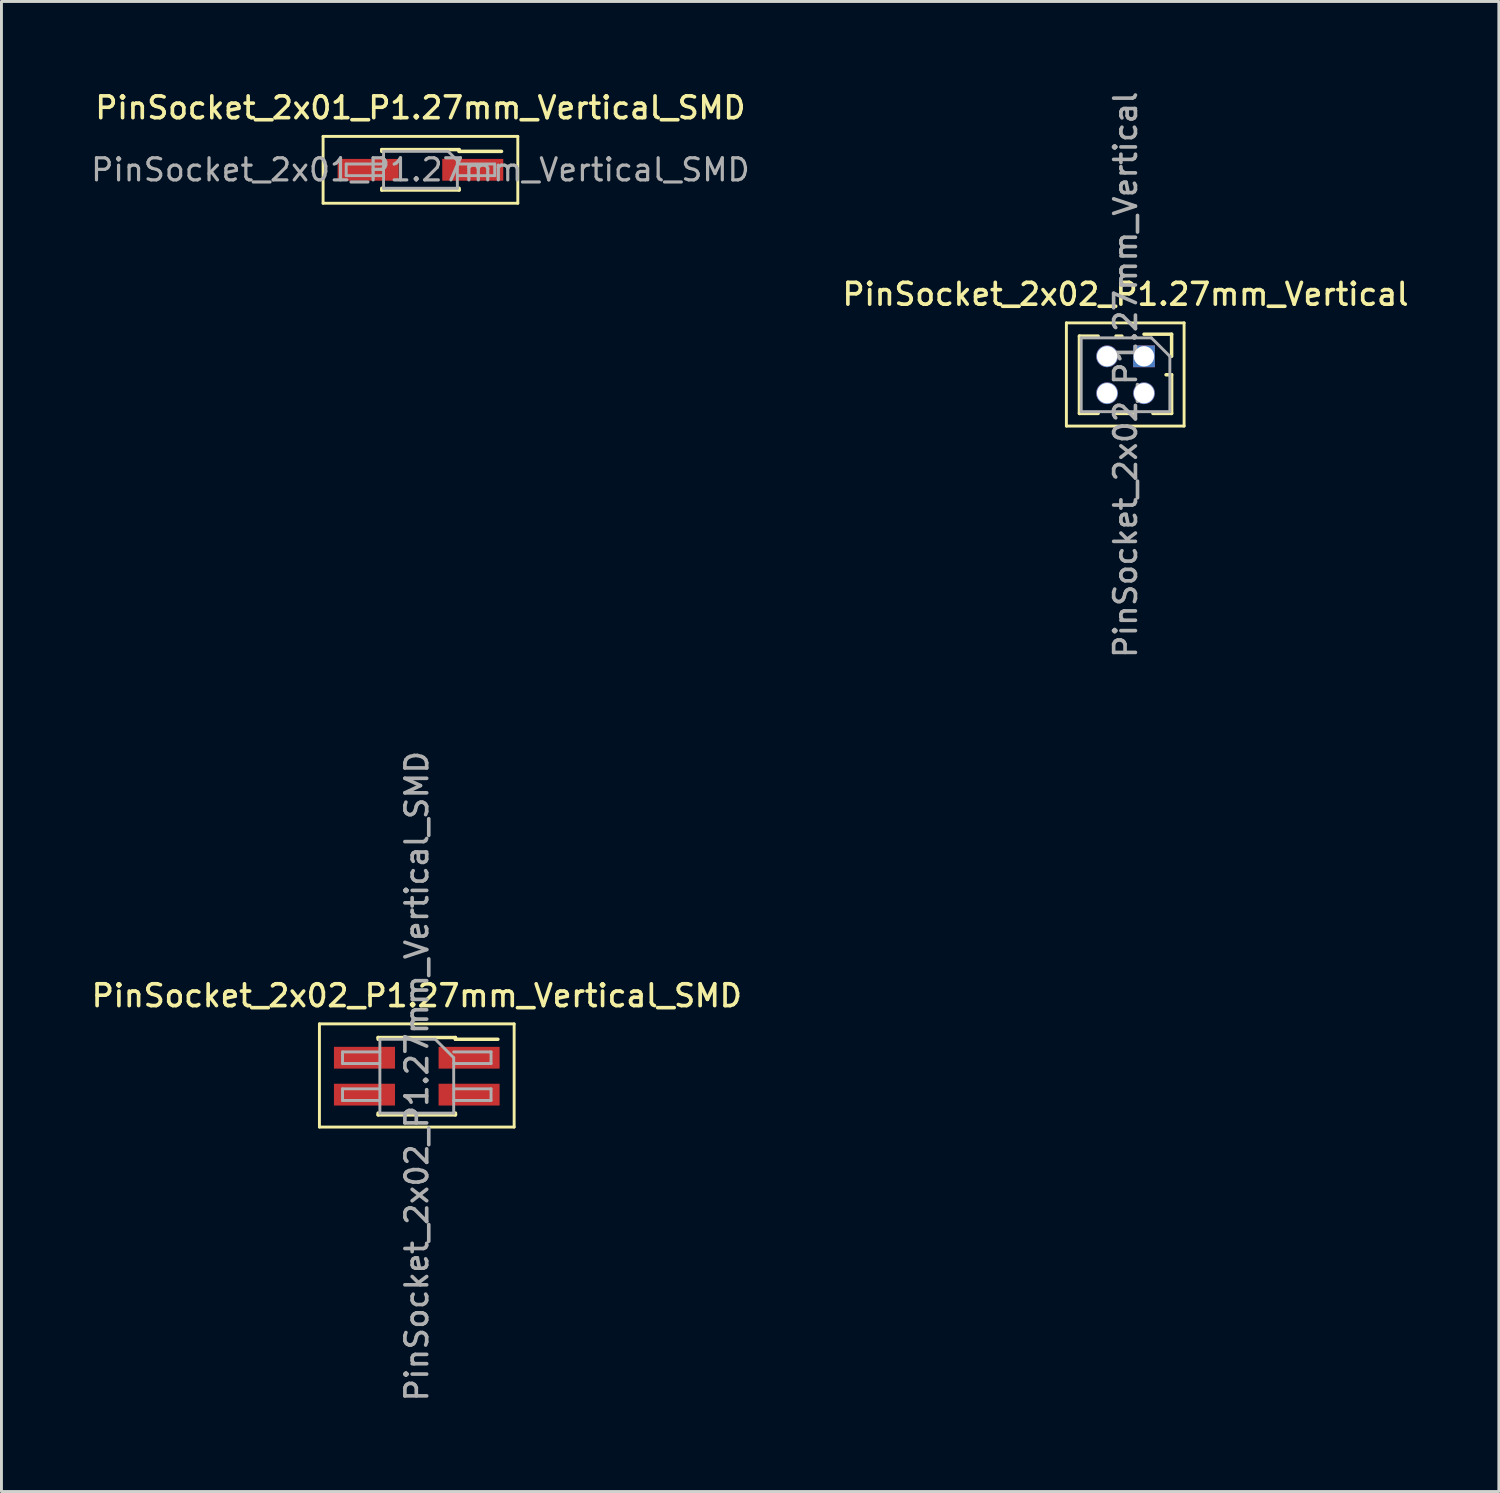
<source format=kicad_pcb>
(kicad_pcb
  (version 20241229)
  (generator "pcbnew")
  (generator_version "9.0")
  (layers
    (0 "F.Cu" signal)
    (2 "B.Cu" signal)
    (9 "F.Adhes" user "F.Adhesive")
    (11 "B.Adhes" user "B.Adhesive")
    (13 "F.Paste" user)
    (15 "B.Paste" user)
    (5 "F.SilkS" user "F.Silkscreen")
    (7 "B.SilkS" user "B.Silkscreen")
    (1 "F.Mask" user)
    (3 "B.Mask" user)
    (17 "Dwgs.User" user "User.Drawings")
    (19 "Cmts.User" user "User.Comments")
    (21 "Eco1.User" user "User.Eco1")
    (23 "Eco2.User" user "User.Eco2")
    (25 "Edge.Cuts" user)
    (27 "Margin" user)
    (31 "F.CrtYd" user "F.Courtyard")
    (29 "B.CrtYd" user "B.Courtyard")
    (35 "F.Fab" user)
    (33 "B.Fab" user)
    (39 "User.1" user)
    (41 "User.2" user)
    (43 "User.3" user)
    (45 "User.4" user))
  (footprint "PinSocket_2x02_P1.27mm_Vertical_SMD"
    (layer "F.Cu")
    (at 11.291 33.98)
    (property "Reference" "PinSocket_2x02_P1.27mm_Vertical_SMD" (at 0 -2.77 0) (layer "F.SilkS") (effects (font (size 0.75 0.75) (thickness 0.125))))
    (attr smd)
    (fp_line (start -3.35 -1.8) (end 3.35 -1.8) (stroke (width 0.1) (type solid)) (layer "F.SilkS"))
    (fp_line (start -3.35 1.75) (end -3.35 -1.8) (stroke (width 0.1) (type solid)) (layer "F.SilkS"))
    (fp_line (start -1.33 -1.33) (end -1.33 -1.27) (stroke (width 0.12) (type solid)) (layer "F.SilkS"))
    (fp_line (start -1.33 -1.33) (end 1.33 -1.33) (stroke (width 0.12) (type solid)) (layer "F.SilkS"))
    (fp_line (start -1.33 1.27) (end -1.33 1.33) (stroke (width 0.12) (type solid)) (layer "F.SilkS"))
    (fp_line (start -1.33 1.33) (end 1.33 1.33) (stroke (width 0.12) (type solid)) (layer "F.SilkS"))
    (fp_line (start 1.33 -1.33) (end 1.33 -1.27) (stroke (width 0.12) (type solid)) (layer "F.SilkS"))
    (fp_line (start 1.33 -1.27) (end 2.79 -1.27) (stroke (width 0.12) (type solid)) (layer "F.SilkS"))
    (fp_line (start 1.33 1.27) (end 1.33 1.33) (stroke (width 0.12) (type solid)) (layer "F.SilkS"))
    (fp_line (start 3.35 -1.8) (end 3.35 1.75) (stroke (width 0.1) (type solid)) (layer "F.SilkS"))
    (fp_line (start 3.35 1.75) (end -3.35 1.75) (stroke (width 0.1) (type solid)) (layer "F.SilkS"))
    (fp_line (start -2.555 -0.835) (end -1.27 -0.835) (stroke (width 0.1) (type solid)) (layer "F.Fab"))
    (fp_line (start -2.555 -0.435) (end -2.555 -0.835) (stroke (width 0.1) (type solid)) (layer "F.Fab"))
    (fp_line (start -2.555 0.435) (end -1.27 0.435) (stroke (width 0.1) (type solid)) (layer "F.Fab"))
    (fp_line (start -2.555 0.835) (end -2.555 0.435) (stroke (width 0.1) (type solid)) (layer "F.Fab"))
    (fp_line (start -1.27 -1.27) (end 0.635 -1.27) (stroke (width 0.1) (type solid)) (layer "F.Fab"))
    (fp_line (start -1.27 -0.435) (end -2.555 -0.435) (stroke (width 0.1) (type solid)) (layer "F.Fab"))
    (fp_line (start -1.27 0.835) (end -2.555 0.835) (stroke (width 0.1) (type solid)) (layer "F.Fab"))
    (fp_line (start -1.27 1.27) (end -1.27 -1.27) (stroke (width 0.1) (type solid)) (layer "F.Fab"))
    (fp_line (start 0.635 -1.27) (end 1.27 -0.635) (stroke (width 0.1) (type solid)) (layer "F.Fab"))
    (fp_line (start 1.27 -0.835) (end 2.555 -0.835) (stroke (width 0.1) (type solid)) (layer "F.Fab"))
    (fp_line (start 1.27 -0.635) (end 1.27 1.27) (stroke (width 0.1) (type solid)) (layer "F.Fab"))
    (fp_line (start 1.27 0.435) (end 2.555 0.435) (stroke (width 0.1) (type solid)) (layer "F.Fab"))
    (fp_line (start 1.27 1.27) (end -1.27 1.27) (stroke (width 0.1) (type solid)) (layer "F.Fab"))
    (fp_line (start 2.555 -0.835) (end 2.555 -0.435) (stroke (width 0.1) (type solid)) (layer "F.Fab"))
    (fp_line (start 2.555 -0.435) (end 1.27 -0.435) (stroke (width 0.1) (type solid)) (layer "F.Fab"))
    (fp_line (start 2.555 0.435) (end 2.555 0.835) (stroke (width 0.1) (type solid)) (layer "F.Fab"))
    (fp_line (start 2.555 0.835) (end 1.27 0.835) (stroke (width 0.1) (type solid)) (layer "F.Fab"))
    (fp_text user "${REFERENCE}" (at 0 0 90) (layer "F.Fab") (effects (font (size 0.75 0.75) (thickness 0.125))))
    (pad "1" smd rect (at 1.8 -0.635) (size 2.1 0.75) (layers "F.Cu" "F.Mask" "F.Paste"))
    (pad "2" smd rect (at -1.8 -0.635) (size 2.1 0.75) (layers "F.Cu" "F.Mask" "F.Paste"))
    (pad "3" smd rect (at 1.8 0.635) (size 2.1 0.75) (layers "F.Cu" "F.Mask" "F.Paste"))
    (pad "4" smd rect (at -1.8 0.635) (size 2.1 0.75) (layers "F.Cu" "F.Mask" "F.Paste")))
  (footprint "PinSocket_2x01_P1.27mm_Vertical_SMD"
    (layer "F.Cu")
    (at 11.417 2.793)
    (property "Reference" "PinSocket_2x01_P1.27mm_Vertical_SMD" (at 0 -2.135 0) (layer "F.SilkS") (effects (font (size 0.75 0.75) (thickness 0.125))))
    (attr smd)
    (fp_line (start -3.35 -1.15) (end 3.35 -1.15) (stroke (width 0.1) (type solid)) (layer "F.SilkS"))
    (fp_line (start -3.35 1.15) (end -3.35 -1.15) (stroke (width 0.1) (type solid)) (layer "F.SilkS"))
    (fp_line (start -1.33 -0.695) (end -1.33 -0.635) (stroke (width 0.12) (type solid)) (layer "F.SilkS"))
    (fp_line (start -1.33 -0.695) (end 1.33 -0.695) (stroke (width 0.12) (type solid)) (layer "F.SilkS"))
    (fp_line (start -1.33 0.635) (end -1.33 0.695) (stroke (width 0.12) (type solid)) (layer "F.SilkS"))
    (fp_line (start -1.33 0.695) (end 1.33 0.695) (stroke (width 0.12) (type solid)) (layer "F.SilkS"))
    (fp_line (start 1.33 -0.695) (end 1.33 -0.635) (stroke (width 0.12) (type solid)) (layer "F.SilkS"))
    (fp_line (start 1.33 -0.635) (end 2.79 -0.635) (stroke (width 0.12) (type solid)) (layer "F.SilkS"))
    (fp_line (start 1.33 0.635) (end 1.33 0.695) (stroke (width 0.12) (type solid)) (layer "F.SilkS"))
    (fp_line (start 3.35 -1.15) (end 3.35 1.15) (stroke (width 0.1) (type solid)) (layer "F.SilkS"))
    (fp_line (start 3.35 1.15) (end -3.35 1.15) (stroke (width 0.1) (type solid)) (layer "F.SilkS"))
    (fp_line (start -2.555 -0.2) (end -1.27 -0.2) (stroke (width 0.1) (type solid)) (layer "F.Fab"))
    (fp_line (start -2.555 0.2) (end -2.555 -0.2) (stroke (width 0.1) (type solid)) (layer "F.Fab"))
    (fp_line (start -1.27 -0.635) (end 0.953 -0.635) (stroke (width 0.1) (type solid)) (layer "F.Fab"))
    (fp_line (start -1.27 0.2) (end -2.555 0.2) (stroke (width 0.1) (type solid)) (layer "F.Fab"))
    (fp_line (start -1.27 0.635) (end -1.27 -0.635) (stroke (width 0.1) (type solid)) (layer "F.Fab"))
    (fp_line (start 0.953 -0.635) (end 1.27 -0.318) (stroke (width 0.1) (type solid)) (layer "F.Fab"))
    (fp_line (start 1.27 -0.318) (end 1.27 0.635) (stroke (width 0.1) (type solid)) (layer "F.Fab"))
    (fp_line (start 1.27 -0.2) (end 2.555 -0.2) (stroke (width 0.1) (type solid)) (layer "F.Fab"))
    (fp_line (start 1.27 0.635) (end -1.27 0.635) (stroke (width 0.1) (type solid)) (layer "F.Fab"))
    (fp_line (start 2.555 -0.2) (end 2.555 0.2) (stroke (width 0.1) (type solid)) (layer "F.Fab"))
    (fp_line (start 2.555 0.2) (end 1.27 0.2) (stroke (width 0.1) (type solid)) (layer "F.Fab"))
    (fp_text user "${REFERENCE}" (at 0 0 0) (layer "F.Fab") (effects (font (size 0.76 0.76) (thickness 0.11))))
    (pad "1" smd rect (at 1.8 0) (size 2.1 0.75) (layers "F.Cu" "F.Mask" "F.Paste"))
    (pad "2" smd rect (at -1.8 0) (size 2.1 0.75) (layers "F.Cu" "F.Mask" "F.Paste")))
  (footprint "PinSocket_2x02_P1.27mm_Vertical"
    (layer "F.Cu")
    (at 36.313 9.21)
    (property "Reference" "PinSocket_2x02_P1.27mm_Vertical" (at -0.635 -2.135 0) (layer "F.SilkS") (effects (font (size 0.75 0.75) (thickness 0.125))))
    (attr through_hole)
    (fp_line (start -2.67 -1.15) (end 1.38 -1.15) (stroke (width 0.1) (type solid)) (layer "F.SilkS"))
    (fp_line (start -2.67 2.4) (end -2.67 -1.15) (stroke (width 0.1) (type solid)) (layer "F.SilkS"))
    (fp_line (start -2.22 -0.695) (end -2.22 1.965) (stroke (width 0.12) (type solid)) (layer "F.SilkS"))
    (fp_line (start -2.22 -0.695) (end -1.578 -0.695) (stroke (width 0.12) (type solid)) (layer "F.SilkS"))
    (fp_line (start -2.22 1.965) (end -1.578 1.965) (stroke (width 0.12) (type solid)) (layer "F.SilkS"))
    (fp_line (start -0.962 -0.695) (end -0.76 -0.695) (stroke (width 0.12) (type solid)) (layer "F.SilkS"))
    (fp_line (start -0.962 1.965) (end -0.308 1.965) (stroke (width 0.12) (type solid)) (layer "F.SilkS"))
    (fp_line (start 0 -0.76) (end 0.95 -0.76) (stroke (width 0.12) (type solid)) (layer "F.SilkS"))
    (fp_line (start 0.308 1.965) (end 0.95 1.965) (stroke (width 0.12) (type solid)) (layer "F.SilkS"))
    (fp_line (start 0.76 0.635) (end 0.95 0.635) (stroke (width 0.12) (type solid)) (layer "F.SilkS"))
    (fp_line (start 0.95 -0.76) (end 0.95 0) (stroke (width 0.12) (type solid)) (layer "F.SilkS"))
    (fp_line (start 0.95 0.635) (end 0.95 1.965) (stroke (width 0.12) (type solid)) (layer "F.SilkS"))
    (fp_line (start 1.38 -1.15) (end 1.38 2.4) (stroke (width 0.1) (type solid)) (layer "F.SilkS"))
    (fp_line (start 1.38 2.4) (end -2.67 2.4) (stroke (width 0.1) (type solid)) (layer "F.SilkS"))
    (fp_line (start -2.16 -0.635) (end 0.255 -0.635) (stroke (width 0.1) (type solid)) (layer "F.Fab"))
    (fp_line (start -2.16 1.905) (end -2.16 -0.635) (stroke (width 0.1) (type solid)) (layer "F.Fab"))
    (fp_line (start 0.255 -0.635) (end 0.89 0) (stroke (width 0.1) (type solid)) (layer "F.Fab"))
    (fp_line (start 0.89 0) (end 0.89 1.905) (stroke (width 0.1) (type solid)) (layer "F.Fab"))
    (fp_line (start 0.89 1.905) (end -2.16 1.905) (stroke (width 0.1) (type solid)) (layer "F.Fab"))
    (fp_text user "${REFERENCE}" (at -0.635 0.635 90) (layer "F.Fab") (effects (font (size 0.75 0.75) (thickness 0.125))))
    (pad "1" thru_hole rect (at 0 0) (size 0.75 0.75) (drill 0.7) (layers "*.Cu" "*.Mask"))
    (pad "2" thru_hole oval (at -1.27 0) (size 0.75 0.75) (drill 0.7) (layers "*.Cu" "*.Mask"))
    (pad "3" thru_hole oval (at 0 1.27) (size 0.75 0.75) (drill 0.7) (layers "*.Cu" "*.Mask"))
    (pad "4" thru_hole oval (at -1.27 1.27) (size 0.75 0.75) (drill 0.7) (layers "*.Cu" "*.Mask")))
  (gr_rect
    (start -3 -3)
    (end 48.523 48.271)
    (stroke (width 0.1) (type default))
    (fill no)
    (layer "Edge.Cuts")))
</source>
